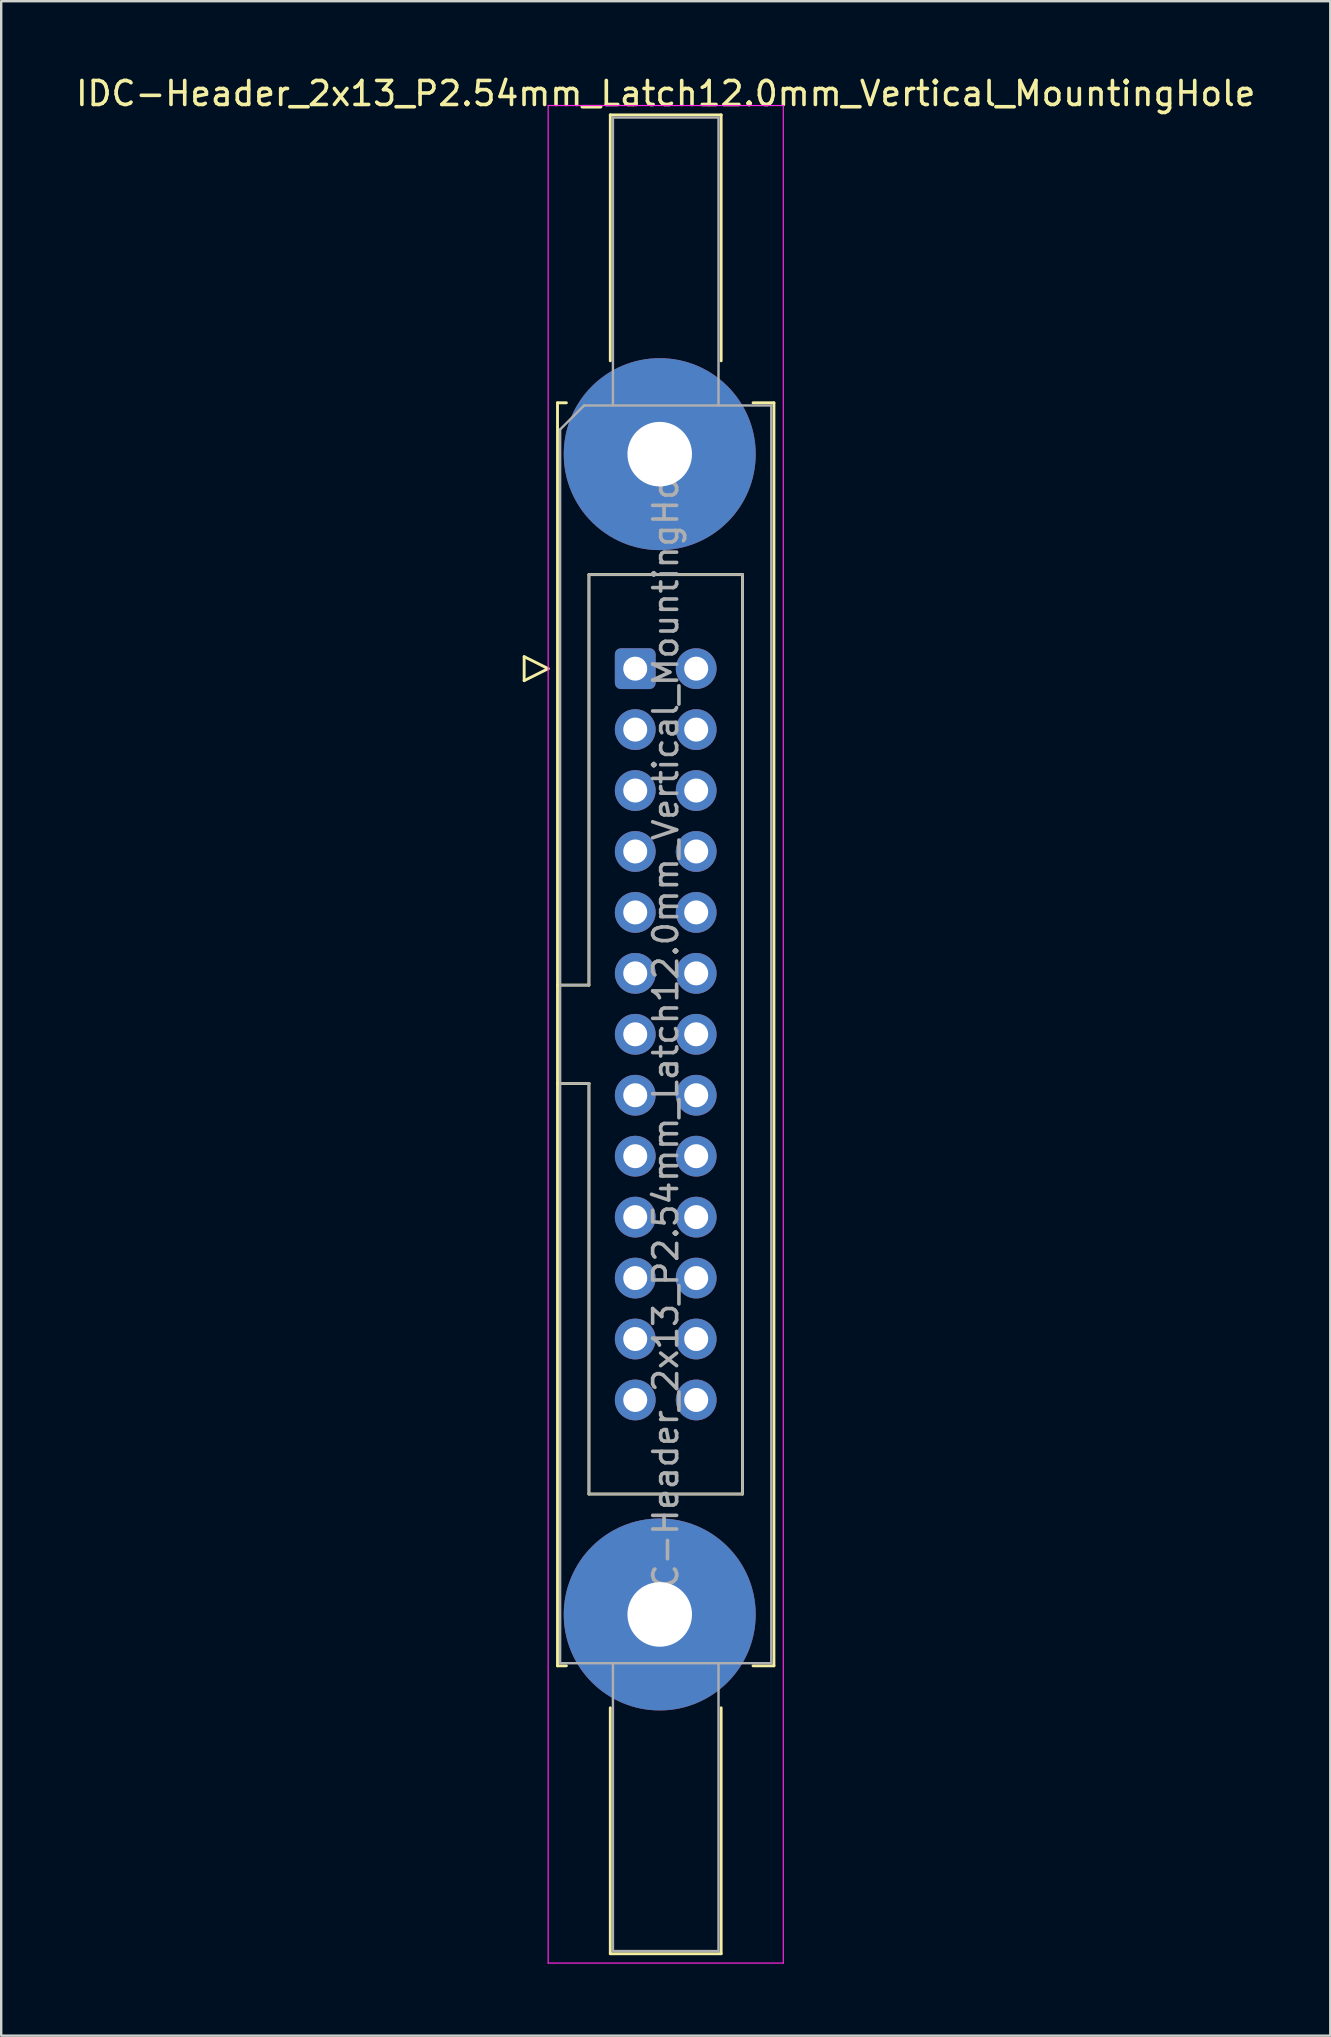
<source format=kicad_pcb>
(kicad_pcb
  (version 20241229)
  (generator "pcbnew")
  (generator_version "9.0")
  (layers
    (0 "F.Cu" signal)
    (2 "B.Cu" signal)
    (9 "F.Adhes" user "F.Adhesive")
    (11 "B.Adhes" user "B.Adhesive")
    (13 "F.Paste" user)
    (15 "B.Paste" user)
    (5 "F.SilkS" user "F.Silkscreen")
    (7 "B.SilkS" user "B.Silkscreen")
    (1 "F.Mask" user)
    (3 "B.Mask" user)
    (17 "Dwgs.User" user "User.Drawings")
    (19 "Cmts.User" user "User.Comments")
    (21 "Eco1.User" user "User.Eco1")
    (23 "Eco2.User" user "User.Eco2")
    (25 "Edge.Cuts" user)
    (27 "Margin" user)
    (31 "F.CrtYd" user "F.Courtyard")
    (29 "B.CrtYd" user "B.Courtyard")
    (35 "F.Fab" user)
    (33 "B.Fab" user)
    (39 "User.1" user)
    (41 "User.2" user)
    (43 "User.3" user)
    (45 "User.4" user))
  (footprint "IDC-Header_2x13_P2.54mm_Latch12.0mm_Vertical_MountingHole"
    (layer "F.Cu")
    (at 23.426 24.818)
    (property "Reference" "IDC-Header_2x13_P2.54mm_Latch12.0mm_Vertical_MountingHole" (at 1.27 -23.97 0) (layer "F.SilkS") (effects (font (size 1 1) (thickness 0.15))))
    (attr through_hole)
    (fp_line (start -4.63 -0.5) (end -4.63 0.5) (stroke (width 0.12) (type solid)) (layer "F.SilkS"))
    (fp_line (start -4.63 0.5) (end -3.63 0) (stroke (width 0.12) (type solid)) (layer "F.SilkS"))
    (fp_line (start -3.63 0) (end -4.63 -0.5) (stroke (width 0.12) (type solid)) (layer "F.SilkS"))
    (fp_line (start -3.24 -11.08) (end -3.24 41.56) (stroke (width 0.12) (type solid)) (layer "F.SilkS"))
    (fp_line (start -3.24 13.19) (end -1.93 13.19) (stroke (width 0.12) (type solid)) (layer "F.SilkS"))
    (fp_line (start -3.24 41.56) (end -2.87 41.56) (stroke (width 0.12) (type solid)) (layer "F.SilkS"))
    (fp_line (start -2.87 -11.08) (end -3.24 -11.08) (stroke (width 0.12) (type solid)) (layer "F.SilkS"))
    (fp_line (start -1.93 -3.92) (end 4.47 -3.92) (stroke (width 0.12) (type solid)) (layer "F.SilkS"))
    (fp_line (start -1.93 13.19) (end -1.93 -3.92) (stroke (width 0.12) (type solid)) (layer "F.SilkS"))
    (fp_line (start -1.93 17.29) (end -3.24 17.29) (stroke (width 0.12) (type solid)) (layer "F.SilkS"))
    (fp_line (start -1.93 17.29) (end -1.93 17.29) (stroke (width 0.12) (type solid)) (layer "F.SilkS"))
    (fp_line (start -1.93 34.4) (end -1.93 17.29) (stroke (width 0.12) (type solid)) (layer "F.SilkS"))
    (fp_line (start -1.04 -23.08) (end 3.58 -23.08) (stroke (width 0.12) (type solid)) (layer "F.SilkS"))
    (fp_line (start -1.04 -12.83) (end -1.04 -23.08) (stroke (width 0.12) (type solid)) (layer "F.SilkS"))
    (fp_line (start -1.04 43.31) (end -1.04 53.56) (stroke (width 0.12) (type solid)) (layer "F.SilkS"))
    (fp_line (start -1.04 53.56) (end 3.58 53.56) (stroke (width 0.12) (type solid)) (layer "F.SilkS"))
    (fp_line (start 3.58 -23.08) (end 3.58 -12.83) (stroke (width 0.12) (type solid)) (layer "F.SilkS"))
    (fp_line (start 3.58 53.56) (end 3.58 43.31) (stroke (width 0.12) (type solid)) (layer "F.SilkS"))
    (fp_line (start 4.47 -3.92) (end 4.47 34.4) (stroke (width 0.12) (type solid)) (layer "F.SilkS"))
    (fp_line (start 4.47 34.4) (end -1.93 34.4) (stroke (width 0.12) (type solid)) (layer "F.SilkS"))
    (fp_line (start 4.91 -11.08) (end 5.78 -11.08) (stroke (width 0.12) (type solid)) (layer "F.SilkS"))
    (fp_line (start 5.78 -11.08) (end 5.78 41.56) (stroke (width 0.12) (type solid)) (layer "F.SilkS"))
    (fp_line (start 5.78 41.56) (end 4.91 41.56) (stroke (width 0.12) (type solid)) (layer "F.SilkS"))
    (fp_line (start -3.63 -23.47) (end -3.63 53.95) (stroke (width 0.05) (type solid)) (layer "F.CrtYd"))
    (fp_line (start -3.63 53.95) (end 6.17 53.95) (stroke (width 0.05) (type solid)) (layer "F.CrtYd"))
    (fp_line (start 6.17 -23.47) (end -3.63 -23.47) (stroke (width 0.05) (type solid)) (layer "F.CrtYd"))
    (fp_line (start 6.17 53.95) (end 6.17 -23.47) (stroke (width 0.05) (type solid)) (layer "F.CrtYd"))
    (fp_line (start -3.13 -9.97) (end -2.13 -10.97) (stroke (width 0.1) (type solid)) (layer "F.Fab"))
    (fp_line (start -3.13 13.19) (end -1.93 13.19) (stroke (width 0.1) (type solid)) (layer "F.Fab"))
    (fp_line (start -3.13 41.45) (end -3.13 -9.97) (stroke (width 0.1) (type solid)) (layer "F.Fab"))
    (fp_line (start -2.13 -10.97) (end 5.67 -10.97) (stroke (width 0.1) (type solid)) (layer "F.Fab"))
    (fp_line (start -1.93 -3.92) (end 4.47 -3.92) (stroke (width 0.1) (type solid)) (layer "F.Fab"))
    (fp_line (start -1.93 13.19) (end -1.93 -3.92) (stroke (width 0.1) (type solid)) (layer "F.Fab"))
    (fp_line (start -1.93 17.29) (end -3.13 17.29) (stroke (width 0.1) (type solid)) (layer "F.Fab"))
    (fp_line (start -1.93 17.29) (end -1.93 17.29) (stroke (width 0.1) (type solid)) (layer "F.Fab"))
    (fp_line (start -1.93 34.4) (end -1.93 17.29) (stroke (width 0.1) (type solid)) (layer "F.Fab"))
    (fp_line (start -0.93 -22.97) (end 3.47 -22.97) (stroke (width 0.1) (type solid)) (layer "F.Fab"))
    (fp_line (start -0.93 -10.97) (end -0.93 -22.97) (stroke (width 0.1) (type solid)) (layer "F.Fab"))
    (fp_line (start -0.93 41.45) (end -0.93 53.45) (stroke (width 0.1) (type solid)) (layer "F.Fab"))
    (fp_line (start -0.93 53.45) (end 3.47 53.45) (stroke (width 0.1) (type solid)) (layer "F.Fab"))
    (fp_line (start 3.47 -22.97) (end 3.47 -10.97) (stroke (width 0.1) (type solid)) (layer "F.Fab"))
    (fp_line (start 3.47 53.45) (end 3.47 41.45) (stroke (width 0.1) (type solid)) (layer "F.Fab"))
    (fp_line (start 4.47 -3.92) (end 4.47 34.4) (stroke (width 0.1) (type solid)) (layer "F.Fab"))
    (fp_line (start 4.47 34.4) (end -1.93 34.4) (stroke (width 0.1) (type solid)) (layer "F.Fab"))
    (fp_line (start 5.67 -10.97) (end 5.67 41.45) (stroke (width 0.1) (type solid)) (layer "F.Fab"))
    (fp_line (start 5.67 41.45) (end -3.13 41.45) (stroke (width 0.1) (type solid)) (layer "F.Fab"))
    (fp_text user "${REFERENCE}" (at 1.27 15.24 90) (layer "F.Fab") (effects (font (size 1 1) (thickness 0.15))))
    (pad "" thru_hole circle (at 1.02 -8.94) (size 8 8) (drill 2.69) (layers "*.Cu" "*.Mask"))
    (pad "" thru_hole circle (at 1.02 39.42) (size 8 8) (drill 2.69) (layers "*.Cu" "*.Mask"))
    (pad "1" thru_hole roundrect (at 0 0) (size 1.7 1.7) (drill 1) (layers "*.Cu" "*.Mask") (roundrect_rratio 0.147))
    (pad "2" thru_hole circle (at 2.54 0) (size 1.7 1.7) (drill 1) (layers "*.Cu" "*.Mask"))
    (pad "3" thru_hole circle (at 0 2.54) (size 1.7 1.7) (drill 1) (layers "*.Cu" "*.Mask"))
    (pad "4" thru_hole circle (at 2.54 2.54) (size 1.7 1.7) (drill 1) (layers "*.Cu" "*.Mask"))
    (pad "5" thru_hole circle (at 0 5.08) (size 1.7 1.7) (drill 1) (layers "*.Cu" "*.Mask"))
    (pad "6" thru_hole circle (at 2.54 5.08) (size 1.7 1.7) (drill 1) (layers "*.Cu" "*.Mask"))
    (pad "7" thru_hole circle (at 0 7.62) (size 1.7 1.7) (drill 1) (layers "*.Cu" "*.Mask"))
    (pad "8" thru_hole circle (at 2.54 7.62) (size 1.7 1.7) (drill 1) (layers "*.Cu" "*.Mask"))
    (pad "9" thru_hole circle (at 0 10.16) (size 1.7 1.7) (drill 1) (layers "*.Cu" "*.Mask"))
    (pad "10" thru_hole circle (at 2.54 10.16) (size 1.7 1.7) (drill 1) (layers "*.Cu" "*.Mask"))
    (pad "11" thru_hole circle (at 0 12.7) (size 1.7 1.7) (drill 1) (layers "*.Cu" "*.Mask"))
    (pad "12" thru_hole circle (at 2.54 12.7) (size 1.7 1.7) (drill 1) (layers "*.Cu" "*.Mask"))
    (pad "13" thru_hole circle (at 0 15.24) (size 1.7 1.7) (drill 1) (layers "*.Cu" "*.Mask"))
    (pad "14" thru_hole circle (at 2.54 15.24) (size 1.7 1.7) (drill 1) (layers "*.Cu" "*.Mask"))
    (pad "15" thru_hole circle (at 0 17.78) (size 1.7 1.7) (drill 1) (layers "*.Cu" "*.Mask"))
    (pad "16" thru_hole circle (at 2.54 17.78) (size 1.7 1.7) (drill 1) (layers "*.Cu" "*.Mask"))
    (pad "17" thru_hole circle (at 0 20.32) (size 1.7 1.7) (drill 1) (layers "*.Cu" "*.Mask"))
    (pad "18" thru_hole circle (at 2.54 20.32) (size 1.7 1.7) (drill 1) (layers "*.Cu" "*.Mask"))
    (pad "19" thru_hole circle (at 0 22.86) (size 1.7 1.7) (drill 1) (layers "*.Cu" "*.Mask"))
    (pad "20" thru_hole circle (at 2.54 22.86) (size 1.7 1.7) (drill 1) (layers "*.Cu" "*.Mask"))
    (pad "21" thru_hole circle (at 0 25.4) (size 1.7 1.7) (drill 1) (layers "*.Cu" "*.Mask"))
    (pad "22" thru_hole circle (at 2.54 25.4) (size 1.7 1.7) (drill 1) (layers "*.Cu" "*.Mask"))
    (pad "23" thru_hole circle (at 0 27.94) (size 1.7 1.7) (drill 1) (layers "*.Cu" "*.Mask"))
    (pad "24" thru_hole circle (at 2.54 27.94) (size 1.7 1.7) (drill 1) (layers "*.Cu" "*.Mask"))
    (pad "25" thru_hole circle (at 0 30.48) (size 1.7 1.7) (drill 1) (layers "*.Cu" "*.Mask"))
    (pad "26" thru_hole circle (at 2.54 30.48) (size 1.7 1.7) (drill 1) (layers "*.Cu" "*.Mask")))
  (gr_rect
    (start -3 -3)
    (end 52.393 81.793)
    (stroke (width 0.1) (type default))
    (fill no)
    (layer "Edge.Cuts")))
</source>
